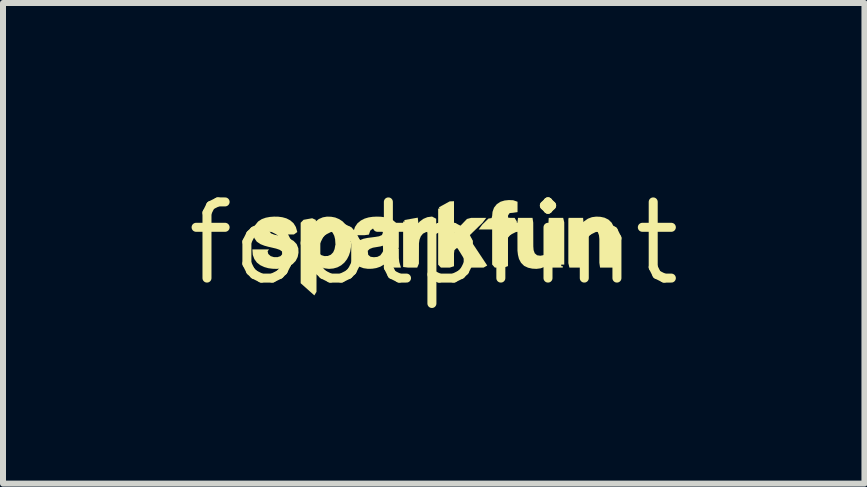
<source format=kicad_pcb>
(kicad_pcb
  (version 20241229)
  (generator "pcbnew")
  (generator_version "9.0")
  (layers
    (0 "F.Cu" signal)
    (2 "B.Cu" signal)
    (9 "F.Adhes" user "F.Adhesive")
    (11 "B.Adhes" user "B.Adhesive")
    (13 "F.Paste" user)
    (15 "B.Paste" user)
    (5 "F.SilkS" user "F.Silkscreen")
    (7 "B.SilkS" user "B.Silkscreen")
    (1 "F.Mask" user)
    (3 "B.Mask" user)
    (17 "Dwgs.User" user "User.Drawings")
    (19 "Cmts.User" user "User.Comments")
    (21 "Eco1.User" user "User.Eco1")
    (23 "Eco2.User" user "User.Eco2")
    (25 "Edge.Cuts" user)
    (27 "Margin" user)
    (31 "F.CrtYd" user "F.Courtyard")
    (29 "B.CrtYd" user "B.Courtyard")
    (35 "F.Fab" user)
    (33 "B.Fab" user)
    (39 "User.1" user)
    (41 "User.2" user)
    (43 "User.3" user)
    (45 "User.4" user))
  (footprint "footprint"
    (layer "F.Cu")
    (at 4.18 1.006)
    (property "Reference" "footprint" (at 0 0 0) (layer "F.SilkS") (effects (font (size 1.27 1.27) (thickness 0.15))))
    (fp_poly (pts (xy 0.041 -0.41) (xy 0.041 -0.256) (xy 0.013 -0.191) (xy -0.068 -0.196) (xy -0.128 -0.187) (xy -0.179 -0.161) (xy -0.215 -0.117) (xy -0.237 -0.061) (xy -0.246 0.000294) (xy -0.247 0.338) (xy -0.275 0.405) (xy -0.427 0.405) (xy -0.51 0.395) (xy -0.51 -0.363) (xy -0.485 -0.363) (xy -0.49 -0.388) (xy -0.266 -0.428) (xy -0.257 -0.34) (xy -0.257 -0.335) (xy -0.231 -0.365) (xy -0.172 -0.408) (xy -0.105 -0.436) (xy -0.028 -0.446)) (stroke (width 0) (type solid)) (fill yes) (layer "F.SilkS"))
    (fp_poly (pts (xy 0.338 -0.181) (xy 0.554 -0.406) (xy 0.624 -0.424) (xy 0.875 -0.424) (xy 0.815 -0.344) (xy 0.586 -0.121) (xy 0.589 -0.087) (xy 0.892 0.37) (xy 0.831 0.405) (xy 0.616 0.405) (xy 0.564 0.353) (xy 0.397 0.082) (xy 0.379 0.082) (xy 0.345 0.115) (xy 0.338 0.167) (xy 0.338 0.382) (xy 0.267 0.405) (xy 0.12 0.405) (xy 0.074 0.356) (xy 0.074 -0.579) (xy 0.099 -0.579) (xy 0.087 -0.601) (xy 0.266 -0.699) (xy 0.338 -0.702)) (stroke (width 0) (type solid)) (fill yes) (layer "F.SilkS"))
    (fp_poly (pts (xy -1.1 0.126) (xy -1.092 0.192) (xy -1.054 0.224) (xy -0.998 0.232) (xy -0.94 0.226) (xy -0.89 0.201) (xy -0.856 0.153) (xy -0.823 0.091) (xy -0.582 0.091) (xy -0.581 0.248) (xy -0.574 0.312) (xy -0.546 0.405) (xy -0.796 0.405) (xy -0.823 0.356) (xy -0.835 0.357) (xy -0.89 0.39) (xy -0.958 0.413) (xy -1.028 0.424) (xy -1.099 0.425) (xy -1.17 0.415) (xy -1.238 0.39) (xy -1.298 0.345) (xy -1.341 0.283) (xy -1.361 0.212) (xy -1.363 0.127) (xy -1.3 0.091) (xy -1.151 0.091)) (stroke (width 0) (type solid)) (fill yes) (layer "F.SilkS"))
    (fp_poly (pts (xy -1.944 0.107) (xy -1.918 0.159) (xy -1.876 0.196) (xy -1.823 0.213) (xy -1.766 0.211) (xy -1.715 0.19) (xy -1.676 0.15) (xy -1.653 0.097) (xy -1.641 0.031) (xy -1.609 -0.03) (xy -1.461 -0.03) (xy -1.374 -0.023) (xy -1.38 0.069) (xy -1.392 0.137) (xy -1.414 0.203) (xy -1.446 0.265) (xy -1.489 0.321) (xy -1.543 0.367) (xy -1.606 0.401) (xy -1.674 0.42) (xy -1.745 0.426) (xy -1.815 0.418) (xy -1.883 0.395) (xy -1.943 0.356) (xy -1.954 0.345) (xy -1.954 0.808) (xy -1.99 0.868) (xy -2.218 0.665) (xy -2.218 -0.03) (xy -1.975 -0.03)) (stroke (width 0) (type solid)) (fill yes) (layer "F.SilkS"))
    (fp_poly (pts (xy -1.71 -0.443) (xy -1.641 -0.43) (xy -1.576 -0.403) (xy -1.517 -0.364) (xy -1.469 -0.312) (xy -1.431 -0.253) (xy -1.404 -0.189) (xy -1.387 -0.123) (xy -1.377 -0.051) (xy -1.4 0.02) (xy -1.638 0.02) (xy -1.644 -0.067) (xy -1.658 -0.125) (xy -1.685 -0.177) (xy -1.725 -0.214) (xy -1.778 -0.232) (xy -1.834 -0.231) (xy -1.885 -0.21) (xy -1.923 -0.17) (xy -1.947 -0.117) (xy -1.976 0.02) (xy -2.218 0.02) (xy -2.218 -0.343) (xy -2.17 -0.392) (xy -2.026 -0.418) (xy -1.965 -0.39) (xy -1.965 -0.366) (xy -1.915 -0.405) (xy -1.849 -0.433) (xy -1.78 -0.445)) (stroke (width 0) (type solid)) (fill yes) (layer "F.SilkS"))
    (fp_poly (pts (xy 1.325 -0.718) (xy 1.397 -0.693) (xy 1.397 -0.52) (xy 1.321 -0.509) (xy 1.266 -0.504) (xy 1.24 -0.468) (xy 1.238 -0.43) (xy 1.271 -0.424) (xy 1.349 -0.424) (xy 1.385 -0.364) (xy 1.385 -0.281) (xy 1.339 -0.231) (xy 1.266 -0.231) (xy 1.238 -0.221) (xy 1.238 0.38) (xy 1.168 0.405) (xy 1.019 0.405) (xy 0.974 0.354) (xy 0.974 -0.231) (xy 0.749 -0.231) (xy 0.809 -0.312) (xy 0.911 -0.412) (xy 0.965 -0.421) (xy 0.974 -0.457) (xy 0.98 -0.524) (xy 1.005 -0.594) (xy 1.051 -0.652) (xy 1.113 -0.693) (xy 1.182 -0.714) (xy 1.253 -0.721)) (stroke (width 0) (type solid)) (fill yes) (layer "F.SilkS"))
    (fp_poly (pts (xy 2.778 -0.442) (xy 2.848 -0.427) (xy 2.913 -0.395) (xy 2.966 -0.344) (xy 3 -0.279) (xy 3.017 -0.211) (xy 3.024 -0.142) (xy 3.025 0.322) (xy 3.015 0.405) (xy 2.773 0.405) (xy 2.761 0.325) (xy 2.761 -0.072) (xy 2.755 -0.133) (xy 2.736 -0.186) (xy 2.697 -0.218) (xy 2.643 -0.226) (xy 2.588 -0.217) (xy 2.545 -0.186) (xy 2.52 -0.136) (xy 2.51 -0.076) (xy 2.508 -0.012) (xy 2.508 0.318) (xy 2.504 0.405) (xy 2.262 0.405) (xy 2.244 0.33) (xy 2.244 -0.401) (xy 2.249 -0.424) (xy 2.49 -0.424) (xy 2.496 -0.353) (xy 2.511 -0.37) (xy 2.571 -0.411) (xy 2.638 -0.436) (xy 2.708 -0.445)) (stroke (width 0) (type solid)) (fill yes) (layer "F.SilkS"))
    (fp_poly (pts (xy 1.659 -0.344) (xy 1.66 0.052) (xy 1.665 0.114) (xy 1.684 0.166) (xy 1.723 0.199) (xy 1.777 0.207) (xy 1.832 0.197) (xy 1.876 0.166) (xy 1.9 0.116) (xy 1.91 0.057) (xy 1.912 -0.007) (xy 1.912 -0.337) (xy 1.917 -0.424) (xy 2.158 -0.424) (xy 2.176 -0.349) (xy 2.176 0.355) (xy 2.126 0.355) (xy 2.126 0.38) (xy 2.151 0.38) (xy 2.151 0.405) (xy 1.93 0.405) (xy 1.924 0.334) (xy 1.909 0.351) (xy 1.85 0.391) (xy 1.783 0.417) (xy 1.712 0.426) (xy 1.642 0.422) (xy 1.573 0.407) (xy 1.507 0.376) (xy 1.455 0.324) (xy 1.421 0.26) (xy 1.404 0.191) (xy 1.396 0.123) (xy 1.395 -0.342) (xy 1.405 -0.424) (xy 1.647 -0.424)) (stroke (width 0) (type solid)) (fill yes) (layer "F.SilkS"))
    (fp_poly (pts (xy -0.881 -0.443) (xy -0.813 -0.434) (xy -0.746 -0.417) (xy -0.681 -0.387) (xy -0.625 -0.338) (xy -0.591 -0.272) (xy -0.582 -0.201) (xy -0.582 0.068) (xy -0.603 0.141) (xy -0.843 0.141) (xy -0.846 0.056) (xy -0.849 0.039) (xy -0.884 0.051) (xy -1.014 0.073) (xy -1.068 0.094) (xy -1.116 0.141) (xy -1.352 0.141) (xy -1.341 0.053) (xy -1.297 -0.009) (xy -1.237 -0.051) (xy -1.171 -0.076) (xy -1.104 -0.09) (xy -0.972 -0.107) (xy -0.911 -0.117) (xy -0.863 -0.138) (xy -0.847 -0.178) (xy -0.861 -0.222) (xy -0.903 -0.247) (xy -0.96 -0.252) (xy -1.016 -0.244) (xy -1.057 -0.213) (xy -1.081 -0.145) (xy -1.157 -0.135) (xy -1.306 -0.135) (xy -1.337 -0.199) (xy -1.312 -0.274) (xy -1.271 -0.334) (xy -1.215 -0.38) (xy -1.152 -0.412) (xy -1.085 -0.432) (xy -1.017 -0.442) (xy -0.949 -0.445)) (stroke (width 0) (type solid)) (fill yes) (layer "F.SilkS"))
    (fp_poly (pts (xy -2.593 -0.444) (xy -2.524 -0.435) (xy -2.456 -0.416) (xy -2.392 -0.383) (xy -2.337 -0.335) (xy -2.298 -0.272) (xy -2.274 -0.188) (xy -2.331 -0.147) (xy -2.482 -0.147) (xy -2.528 -0.19) (xy -2.566 -0.235) (xy -2.619 -0.251) (xy -2.678 -0.251) (xy -2.725 -0.235) (xy -2.739 -0.2) (xy -2.713 -0.166) (xy -2.66 -0.145) (xy -2.466 -0.1) (xy -2.4 -0.076) (xy -2.337 -0.041) (xy -2.285 0.013) (xy -2.257 0.083) (xy -2.254 0.156) (xy -2.268 0.228) (xy -2.301 0.293) (xy -2.352 0.346) (xy -2.414 0.384) (xy -2.481 0.407) (xy -2.55 0.421) (xy -2.619 0.426) (xy -2.688 0.424) (xy -2.757 0.415) (xy -2.824 0.396) (xy -2.889 0.366) (xy -2.947 0.322) (xy -2.99 0.263) (xy -3.016 0.194) (xy -3.023 0.101) (xy -2.745 0.101) (xy -2.769 0.132) (xy -2.758 0.177) (xy -2.719 0.213) (xy -2.665 0.23) (xy -2.606 0.231) (xy -2.554 0.214) (xy -2.523 0.179) (xy -2.527 0.137) (xy -2.569 0.108) (xy -2.627 0.088) (xy -2.756 0.058) (xy -2.822 0.04) (xy -2.888 0.014) (xy -2.949 -0.027) (xy -2.992 -0.089) (xy -3.007 -0.163) (xy -3.001 -0.236) (xy -2.975 -0.305) (xy -2.928 -0.363) (xy -2.867 -0.403) (xy -2.8 -0.427) (xy -2.731 -0.44) (xy -2.662 -0.445)) (stroke (width 0) (type solid)) (fill yes) (layer "F.SilkS")))
  (gr_rect
    (start -3 -3)
    (end 11.36 5.012)
    (stroke (width 0.1) (type default))
    (fill no)
    (layer "Edge.Cuts")))
</source>
